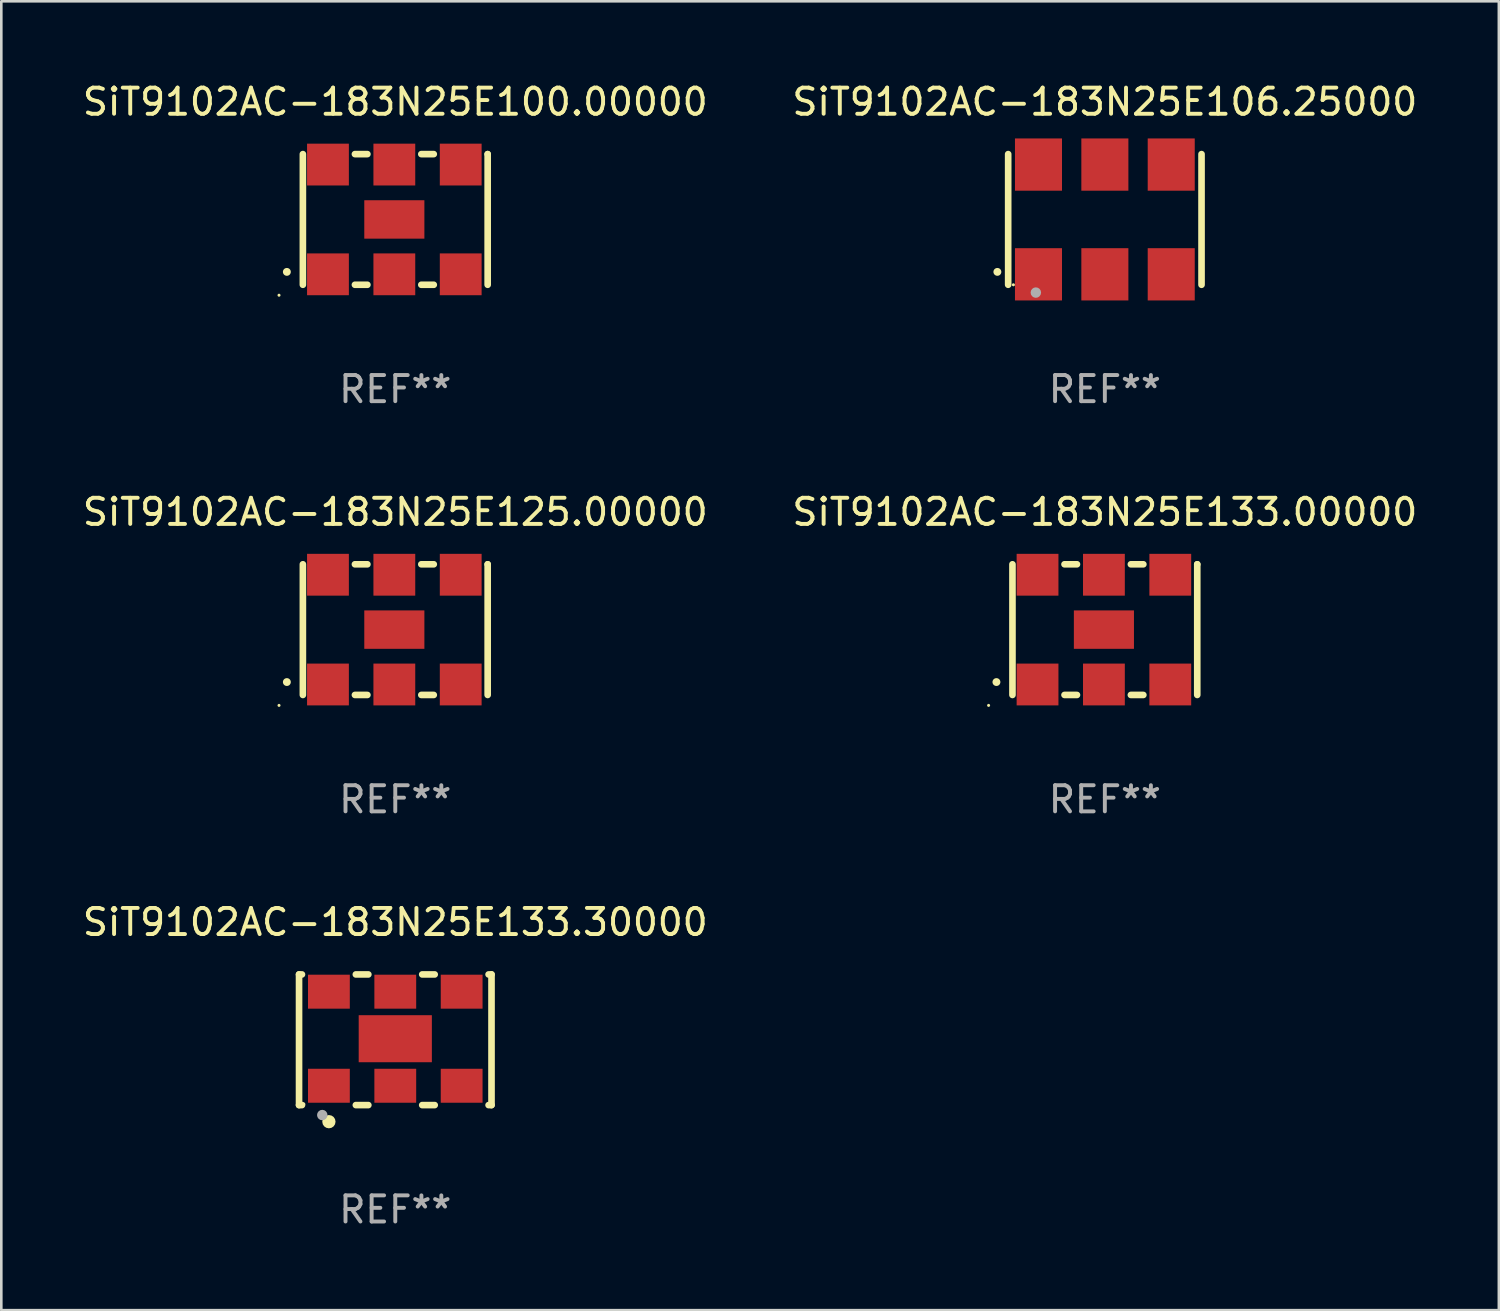
<source format=kicad_pcb>
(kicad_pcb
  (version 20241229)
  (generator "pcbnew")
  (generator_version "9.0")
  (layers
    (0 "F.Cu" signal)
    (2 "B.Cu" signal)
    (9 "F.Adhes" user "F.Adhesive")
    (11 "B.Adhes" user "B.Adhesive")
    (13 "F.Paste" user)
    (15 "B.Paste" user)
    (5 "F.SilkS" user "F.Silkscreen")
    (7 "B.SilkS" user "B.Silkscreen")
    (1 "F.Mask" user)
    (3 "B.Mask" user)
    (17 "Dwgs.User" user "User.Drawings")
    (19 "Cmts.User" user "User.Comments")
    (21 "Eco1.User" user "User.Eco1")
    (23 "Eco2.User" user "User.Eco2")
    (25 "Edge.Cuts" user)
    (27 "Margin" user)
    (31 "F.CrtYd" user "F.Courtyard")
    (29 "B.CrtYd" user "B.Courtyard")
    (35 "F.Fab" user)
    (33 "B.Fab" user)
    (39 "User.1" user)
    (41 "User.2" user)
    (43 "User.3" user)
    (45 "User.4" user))
  (footprint "SiT9102AC-183N25E125.00000"
    (layer "F.Cu")
    (at 12.077 21.045)
    (property "Reference" "SiT9102AC-183N25E125.00000" (at 0 -4.5 0) (layer "F.SilkS") (effects (font (size 1 1) (thickness 0.15))))
    (attr through_hole)
    (fp_line (start -3.536 -2.5) (end -3.536 2.5) (stroke (width 0.254) (type solid)) (layer "F.SilkS"))
    (fp_line (start -1.544 2.5) (end -1.067 2.5) (stroke (width 0.254) (type solid)) (layer "F.SilkS"))
    (fp_line (start -1.067 -2.5) (end -1.544 -2.5) (stroke (width 0.254) (type solid)) (layer "F.SilkS"))
    (fp_line (start 0.996 2.5) (end 1.473 2.5) (stroke (width 0.254) (type solid)) (layer "F.SilkS"))
    (fp_line (start 1.473 -2.5) (end 0.996 -2.5) (stroke (width 0.254) (type solid)) (layer "F.SilkS"))
    (fp_line (start 3.536 -2.5) (end 3.536 -2.5) (stroke (width 0.254) (type solid)) (layer "F.SilkS"))
    (fp_line (start 3.536 2.5) (end 3.536 -2.5) (stroke (width 0.254) (type solid)) (layer "F.SilkS"))
    (fp_arc (start -4.150432 2.006604) (mid -4.149162 2.006599) (end -4.147892 2.006604) (stroke (width 0.3) (type solid)) (layer "F.SilkS"))
    (fp_circle (center -4.449 2.9) (end -4.419 2.9) (stroke (width 0.06) (type solid)) (fill no) (layer "F.SilkS"))
    (fp_text user "REF**" (at 0 6.5 0) (layer "F.Fab") (effects (font (size 1 1) (thickness 0.15))))
    (pad "1" smd rect (at -2.576 2.1) (size 1.6 1.6) (layers "F.Cu" "F.Mask" "F.Paste"))
    (pad "2" smd rect (at -0.036 2.1) (size 1.6 1.6) (layers "F.Cu" "F.Mask" "F.Paste"))
    (pad "3" smd rect (at 2.504 2.1) (size 1.6 1.6) (layers "F.Cu" "F.Mask" "F.Paste"))
    (pad "4" smd rect (at 2.504 -2.1) (size 1.6 1.6) (layers "F.Cu" "F.Mask" "F.Paste"))
    (pad "5" smd rect (at -0.036 -2.1) (size 1.6 1.6) (layers "F.Cu" "F.Mask" "F.Paste"))
    (pad "6" smd rect (at -2.576 -2.1) (size 1.6 1.6) (layers "F.Cu" "F.Mask" "F.Paste"))
    (pad "7" smd rect (at -0.036 0) (size 2.3 1.47) (layers "F.Cu" "F.Mask" "F.Paste")))
  (footprint "SiT9102AC-183N25E133.30000"
    (layer "F.Cu")
    (at 12.077 36.741)
    (property "Reference" "SiT9102AC-183N25E133.30000" (at 0 -4.5 0) (layer "F.SilkS") (effects (font (size 1 1) (thickness 0.15))))
    (attr through_hole)
    (fp_line (start -3.683 -2.5) (end -3.571 -2.5) (stroke (width 0.254) (type solid)) (layer "F.SilkS"))
    (fp_line (start -3.683 2.5) (end -3.683 -2.5) (stroke (width 0.254) (type solid)) (layer "F.SilkS"))
    (fp_line (start -3.683 2.5) (end -3.571 2.5) (stroke (width 0.254) (type solid)) (layer "F.SilkS"))
    (fp_line (start -1.509 -2.5) (end -1.031 -2.5) (stroke (width 0.254) (type solid)) (layer "F.SilkS"))
    (fp_line (start -1.509 2.5) (end -1.031 2.5) (stroke (width 0.254) (type solid)) (layer "F.SilkS"))
    (fp_line (start 1.031 -2.5) (end 1.509 -2.5) (stroke (width 0.254) (type solid)) (layer "F.SilkS"))
    (fp_line (start 1.031 2.5) (end 1.509 2.5) (stroke (width 0.254) (type solid)) (layer "F.SilkS"))
    (fp_line (start 3.571 -2.5) (end 3.683 -2.5) (stroke (width 0.254) (type solid)) (layer "F.SilkS"))
    (fp_line (start 3.571 2.5) (end 3.683 2.5) (stroke (width 0.254) (type solid)) (layer "F.SilkS"))
    (fp_line (start 3.683 2.5) (end 3.683 -2.5) (stroke (width 0.254) (type solid)) (layer "F.SilkS"))
    (fp_circle (center -3.5 2.46) (end -3.47 2.46) (stroke (width 0.06) (type solid)) (fill no) (layer "F.SilkS"))
    (fp_circle (center -2.54 3.135) (end -2.413 3.135) (stroke (width 0.254) (type solid)) (fill no) (layer "F.SilkS"))
    (fp_circle (center -2.794 2.881) (end -2.694 2.881) (stroke (width 0.2) (type solid)) (fill no) (layer "F.Fab"))
    (fp_text user "REF**" (at 0 6.5 0) (layer "F.Fab") (effects (font (size 1 1) (thickness 0.15))))
    (pad "1" smd rect (at -2.54 1.76) (size 1.6 1.3) (layers "F.Cu" "F.Mask" "F.Paste"))
    (pad "2" smd rect (at 0 1.76) (size 1.6 1.3) (layers "F.Cu" "F.Mask" "F.Paste"))
    (pad "3" smd rect (at 2.54 1.76) (size 1.6 1.3) (layers "F.Cu" "F.Mask" "F.Paste"))
    (pad "4" smd rect (at 2.54 -1.84) (size 1.6 1.3) (layers "F.Cu" "F.Mask" "F.Paste"))
    (pad "5" smd rect (at 0 -1.84) (size 1.6 1.3) (layers "F.Cu" "F.Mask" "F.Paste"))
    (pad "6" smd rect (at -2.54 -1.84) (size 1.6 1.3) (layers "F.Cu" "F.Mask" "F.Paste"))
    (pad "7" smd rect (at 0 -0.04) (size 2.8 1.8) (layers "F.Cu" "F.Mask" "F.Paste")))
  (footprint "SiT9102AC-183N25E106.25000"
    (layer "F.Cu")
    (at 39.232 5.348)
    (property "Reference" "SiT9102AC-183N25E106.25000" (at 0 -4.5 0) (layer "F.SilkS") (effects (font (size 1 1) (thickness 0.15))))
    (attr through_hole)
    (fp_line (start -3.7 -2.5) (end -3.7 2.5) (stroke (width 0.254) (type solid)) (layer "F.SilkS"))
    (fp_line (start 3.7 -2.5) (end 3.7 2.5) (stroke (width 0.254) (type solid)) (layer "F.SilkS"))
    (fp_arc (start -4.114415 2.006604) (mid -4.113145 2.006599) (end -4.111875 2.006604) (stroke (width 0.3) (type solid)) (layer "F.SilkS"))
    (fp_circle (center -3.5 2.501) (end -3.47 2.501) (stroke (width 0.06) (type solid)) (fill no) (layer "F.SilkS"))
    (fp_circle (center -2.641 2.799) (end -2.541 2.799) (stroke (width 0.2) (type solid)) (fill no) (layer "F.Fab"))
    (fp_text user "REF**" (at 0 6.5 0) (layer "F.Fab") (effects (font (size 1 1) (thickness 0.15))))
    (pad "1" smd rect (at -2.54 2.1) (size 1.8 2) (layers "F.Cu" "F.Mask" "F.Paste"))
    (pad "2" smd rect (at 0.000394 2.1) (size 1.8 2) (layers "F.Cu" "F.Mask" "F.Paste"))
    (pad "3" smd rect (at 2.54 2.1) (size 1.8 2) (layers "F.Cu" "F.Mask" "F.Paste"))
    (pad "4" smd rect (at 2.54 -2.1) (size 1.8 2) (layers "F.Cu" "F.Mask" "F.Paste"))
    (pad "5" smd rect (at 0.000394 -2.1) (size 1.8 2) (layers "F.Cu" "F.Mask" "F.Paste"))
    (pad "6" smd rect (at -2.54 -2.1) (size 1.8 2) (layers "F.Cu" "F.Mask" "F.Paste")))
  (footprint "SiT9102AC-183N25E133.00000"
    (layer "F.Cu")
    (at 39.232 21.045)
    (property "Reference" "SiT9102AC-183N25E133.00000" (at 0 -4.5 0) (layer "F.SilkS") (effects (font (size 1 1) (thickness 0.15))))
    (attr through_hole)
    (fp_line (start -3.536 -2.5) (end -3.536 2.5) (stroke (width 0.254) (type solid)) (layer "F.SilkS"))
    (fp_line (start -1.544 2.5) (end -1.067 2.5) (stroke (width 0.254) (type solid)) (layer "F.SilkS"))
    (fp_line (start -1.067 -2.5) (end -1.544 -2.5) (stroke (width 0.254) (type solid)) (layer "F.SilkS"))
    (fp_line (start 0.996 2.5) (end 1.473 2.5) (stroke (width 0.254) (type solid)) (layer "F.SilkS"))
    (fp_line (start 1.473 -2.5) (end 0.996 -2.5) (stroke (width 0.254) (type solid)) (layer "F.SilkS"))
    (fp_line (start 3.536 -2.5) (end 3.536 -2.5) (stroke (width 0.254) (type solid)) (layer "F.SilkS"))
    (fp_line (start 3.536 2.5) (end 3.536 -2.5) (stroke (width 0.254) (type solid)) (layer "F.SilkS"))
    (fp_arc (start -4.150432 2.006604) (mid -4.149162 2.006599) (end -4.147892 2.006604) (stroke (width 0.3) (type solid)) (layer "F.SilkS"))
    (fp_circle (center -4.449 2.9) (end -4.419 2.9) (stroke (width 0.06) (type solid)) (fill no) (layer "F.SilkS"))
    (fp_text user "REF**" (at 0 6.5 0) (layer "F.Fab") (effects (font (size 1 1) (thickness 0.15))))
    (pad "1" smd rect (at -2.576 2.1) (size 1.6 1.6) (layers "F.Cu" "F.Mask" "F.Paste"))
    (pad "2" smd rect (at -0.036 2.1) (size 1.6 1.6) (layers "F.Cu" "F.Mask" "F.Paste"))
    (pad "3" smd rect (at 2.504 2.1) (size 1.6 1.6) (layers "F.Cu" "F.Mask" "F.Paste"))
    (pad "4" smd rect (at 2.504 -2.1) (size 1.6 1.6) (layers "F.Cu" "F.Mask" "F.Paste"))
    (pad "5" smd rect (at -0.036 -2.1) (size 1.6 1.6) (layers "F.Cu" "F.Mask" "F.Paste"))
    (pad "6" smd rect (at -2.576 -2.1) (size 1.6 1.6) (layers "F.Cu" "F.Mask" "F.Paste"))
    (pad "7" smd rect (at -0.036 0) (size 2.3 1.47) (layers "F.Cu" "F.Mask" "F.Paste")))
  (footprint "SiT9102AC-183N25E100.00000"
    (layer "F.Cu")
    (at 12.077 5.348)
    (property "Reference" "SiT9102AC-183N25E100.00000" (at 0 -4.5 0) (layer "F.SilkS") (effects (font (size 1 1) (thickness 0.15))))
    (attr through_hole)
    (fp_line (start -3.536 -2.5) (end -3.536 2.5) (stroke (width 0.254) (type solid)) (layer "F.SilkS"))
    (fp_line (start -1.544 2.5) (end -1.067 2.5) (stroke (width 0.254) (type solid)) (layer "F.SilkS"))
    (fp_line (start -1.067 -2.5) (end -1.544 -2.5) (stroke (width 0.254) (type solid)) (layer "F.SilkS"))
    (fp_line (start 0.996 2.5) (end 1.473 2.5) (stroke (width 0.254) (type solid)) (layer "F.SilkS"))
    (fp_line (start 1.473 -2.5) (end 0.996 -2.5) (stroke (width 0.254) (type solid)) (layer "F.SilkS"))
    (fp_line (start 3.536 -2.5) (end 3.536 -2.5) (stroke (width 0.254) (type solid)) (layer "F.SilkS"))
    (fp_line (start 3.536 2.5) (end 3.536 -2.5) (stroke (width 0.254) (type solid)) (layer "F.SilkS"))
    (fp_arc (start -4.150432 2.006604) (mid -4.149162 2.006599) (end -4.147892 2.006604) (stroke (width 0.3) (type solid)) (layer "F.SilkS"))
    (fp_circle (center -4.449 2.9) (end -4.419 2.9) (stroke (width 0.06) (type solid)) (fill no) (layer "F.SilkS"))
    (fp_text user "REF**" (at 0 6.5 0) (layer "F.Fab") (effects (font (size 1 1) (thickness 0.15))))
    (pad "1" smd rect (at -2.576 2.1) (size 1.6 1.6) (layers "F.Cu" "F.Mask" "F.Paste"))
    (pad "2" smd rect (at -0.036 2.1) (size 1.6 1.6) (layers "F.Cu" "F.Mask" "F.Paste"))
    (pad "3" smd rect (at 2.504 2.1) (size 1.6 1.6) (layers "F.Cu" "F.Mask" "F.Paste"))
    (pad "4" smd rect (at 2.504 -2.1) (size 1.6 1.6) (layers "F.Cu" "F.Mask" "F.Paste"))
    (pad "5" smd rect (at -0.036 -2.1) (size 1.6 1.6) (layers "F.Cu" "F.Mask" "F.Paste"))
    (pad "6" smd rect (at -2.576 -2.1) (size 1.6 1.6) (layers "F.Cu" "F.Mask" "F.Paste"))
    (pad "7" smd rect (at -0.036 0) (size 2.3 1.47) (layers "F.Cu" "F.Mask" "F.Paste")))
  (gr_rect
    (start -3 -3)
    (end 54.31 47.09)
    (stroke (width 0.1) (type default))
    (fill no)
    (layer "Edge.Cuts")))
</source>
